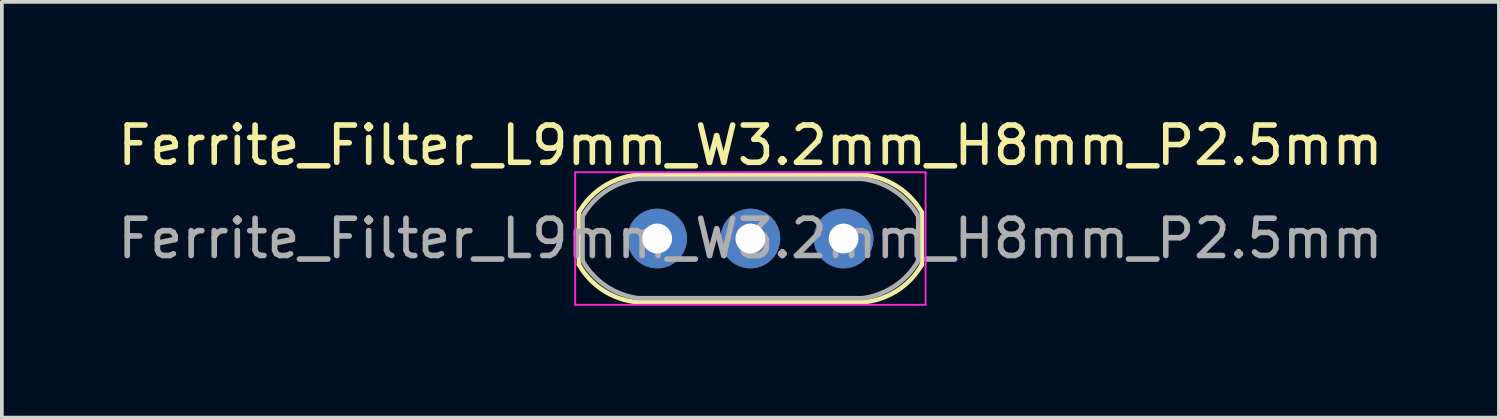
<source format=kicad_pcb>
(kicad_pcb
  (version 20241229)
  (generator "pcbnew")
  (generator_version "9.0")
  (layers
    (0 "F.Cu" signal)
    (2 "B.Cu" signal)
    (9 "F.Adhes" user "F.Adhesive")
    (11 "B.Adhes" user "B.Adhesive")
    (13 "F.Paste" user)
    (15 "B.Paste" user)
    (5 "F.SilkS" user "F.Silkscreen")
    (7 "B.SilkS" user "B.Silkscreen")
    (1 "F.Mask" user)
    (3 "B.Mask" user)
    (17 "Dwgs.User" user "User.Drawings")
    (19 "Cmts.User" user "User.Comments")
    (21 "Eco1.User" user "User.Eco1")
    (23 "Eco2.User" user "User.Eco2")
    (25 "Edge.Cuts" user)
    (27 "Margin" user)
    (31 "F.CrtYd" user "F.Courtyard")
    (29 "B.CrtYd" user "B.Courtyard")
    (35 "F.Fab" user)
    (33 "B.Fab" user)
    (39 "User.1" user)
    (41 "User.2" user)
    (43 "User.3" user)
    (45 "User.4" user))
  (footprint "Ferrite_Filter_L9mm_W3.2mm_H8mm_P2.5mm"
    (layer "F.Cu")
    (at 17.077 3.348)
    (property "Reference" "Ferrite_Filter_L9mm_W3.2mm_H8mm_P2.5mm" (at 0 -2.5 0) (layer "F.SilkS") (effects (font (size 1 1) (thickness 0.15))))
    (fp_line (start -4.6 0.7) (end -4.6 -0.7) (stroke (width 0.12) (type solid)) (layer "F.SilkS"))
    (fp_line (start -3.101 -1.7) (end 3.1 -1.7) (stroke (width 0.12) (type solid)) (layer "F.SilkS"))
    (fp_line (start -3.1 1.7) (end 3.1 1.7) (stroke (width 0.12) (type solid)) (layer "F.SilkS"))
    (fp_line (start 4.6 0.7) (end 4.6 -0.7) (stroke (width 0.12) (type solid)) (layer "F.SilkS"))
    (fp_arc (start -4.6 -0.7) (mid -3.968475 -1.376757) (end -3.101051 -1.699868) (stroke (width 0.12) (type solid)) (layer "F.SilkS"))
    (fp_arc (start -3.1 1.7) (mid -3.968034 1.377051) (end -4.6 0.7) (stroke (width 0.12) (type solid)) (layer "F.SilkS"))
    (fp_arc (start 3.1 -1.7) (mid 3.968034 -1.377051) (end 4.6 -0.7) (stroke (width 0.12) (type solid)) (layer "F.SilkS"))
    (fp_arc (start 4.6 0.7) (mid 3.968475 1.376757) (end 3.101051 1.699868) (stroke (width 0.12) (type solid)) (layer "F.SilkS"))
    (fp_line (start -4.699 -1.778) (end -4.699 1.778) (stroke (width 0.05) (type solid)) (layer "F.CrtYd"))
    (fp_line (start -4.699 1.778) (end 4.699 1.778) (stroke (width 0.05) (type solid)) (layer "F.CrtYd"))
    (fp_line (start 4.699 -1.778) (end -4.699 -1.778) (stroke (width 0.05) (type solid)) (layer "F.CrtYd"))
    (fp_line (start 4.699 1.778) (end 4.699 -1.778) (stroke (width 0.05) (type solid)) (layer "F.CrtYd"))
    (fp_line (start -4.5 0.6) (end -4.5 -0.6) (stroke (width 0.12) (type solid)) (layer "F.Fab"))
    (fp_line (start -3 -1.6) (end 3 -1.6) (stroke (width 0.12) (type solid)) (layer "F.Fab"))
    (fp_line (start -3 1.6) (end 3 1.6) (stroke (width 0.12) (type solid)) (layer "F.Fab"))
    (fp_line (start 4.5 0.6) (end 4.5 -0.6) (stroke (width 0.12) (type solid)) (layer "F.Fab"))
    (fp_arc (start -4.5 -0.6) (mid -3.868476 -1.276756) (end -3.001054 -1.599866) (stroke (width 0.12) (type solid)) (layer "F.Fab"))
    (fp_arc (start -3.000001 1.600001) (mid -3.867965 1.276948) (end -4.5 0.6) (stroke (width 0.12) (type solid)) (layer "F.Fab"))
    (fp_arc (start 3.000001 -1.600001) (mid 3.867965 -1.276948) (end 4.5 -0.6) (stroke (width 0.12) (type solid)) (layer "F.Fab"))
    (fp_arc (start 4.498949 0.600132) (mid 3.867425 1.276888) (end 3.000003 1.599998) (stroke (width 0.12) (type solid)) (layer "F.Fab"))
    (fp_text user "${REFERENCE}" (at 0 0 0) (layer "F.Fab") (effects (font (size 1 1) (thickness 0.15))))
    (pad "1" thru_hole circle (at -2.5 0) (size 1.6 1.6) (drill 0.8) (layers "*.Cu" "*.Mask"))
    (pad "2" thru_hole circle (at 0 0) (size 1.6 1.6) (drill 0.8) (layers "*.Cu" "*.Mask"))
    (pad "3" thru_hole circle (at 2.5 0) (size 1.6 1.6) (drill 0.8) (layers "*.Cu" "*.Mask")))
  (gr_rect
    (start -3 -3)
    (end 37.155 8.151)
    (stroke (width 0.1) (type default))
    (fill no)
    (layer "Edge.Cuts")))
</source>
